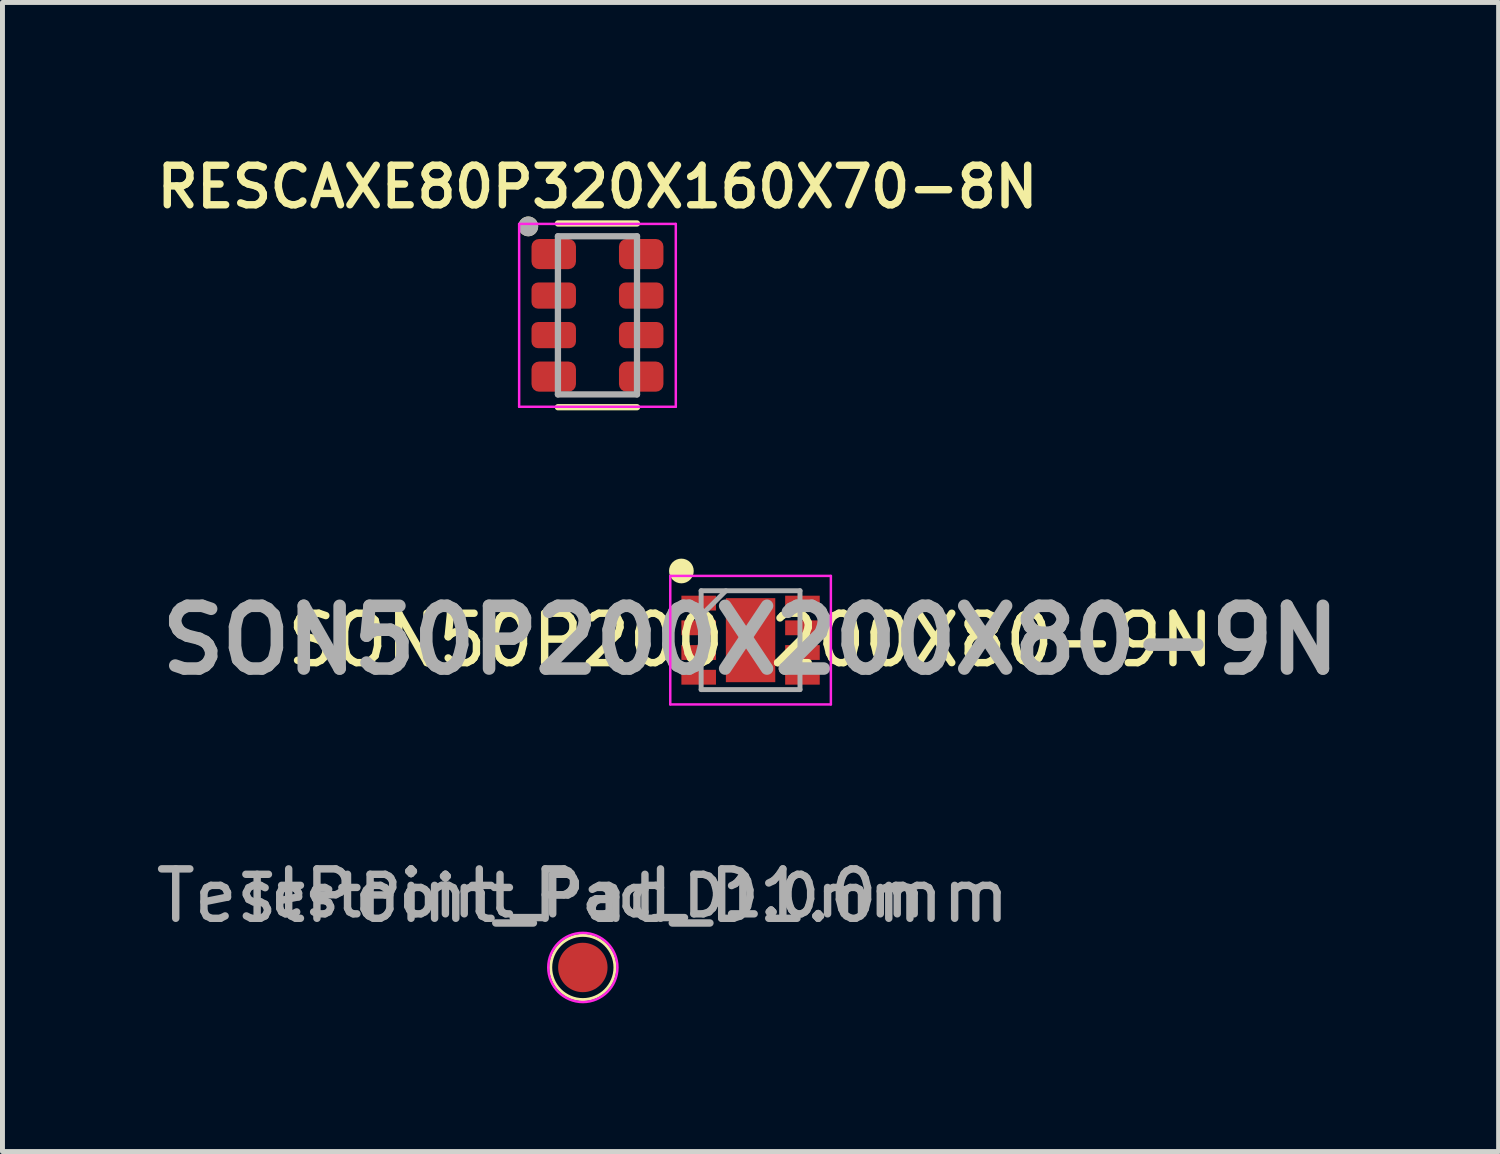
<source format=kicad_pcb>
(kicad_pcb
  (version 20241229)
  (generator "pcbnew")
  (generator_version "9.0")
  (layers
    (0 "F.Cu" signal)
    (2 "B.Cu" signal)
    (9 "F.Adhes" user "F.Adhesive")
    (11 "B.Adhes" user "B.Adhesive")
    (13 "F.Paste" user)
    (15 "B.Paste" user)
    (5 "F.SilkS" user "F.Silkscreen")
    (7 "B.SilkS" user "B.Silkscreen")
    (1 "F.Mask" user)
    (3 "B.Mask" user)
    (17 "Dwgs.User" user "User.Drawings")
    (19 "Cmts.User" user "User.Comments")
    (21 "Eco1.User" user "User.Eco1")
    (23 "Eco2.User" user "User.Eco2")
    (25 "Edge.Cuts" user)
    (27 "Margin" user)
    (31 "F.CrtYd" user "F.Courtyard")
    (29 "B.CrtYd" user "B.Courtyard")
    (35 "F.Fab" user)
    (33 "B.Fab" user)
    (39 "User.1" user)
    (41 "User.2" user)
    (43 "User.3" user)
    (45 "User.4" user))
  (footprint "SON50P200X200X80-9N"
    (layer "F.Cu")
    (at 12.138 9.904)
    (property "Reference" "SON50P200X200X80-9N" (at 0 0 0) (layer "F.SilkS") (effects (font (size 1 1) (thickness 0.15))))
    (attr smd)
    (fp_circle (center -1.4 -1.4) (end -1.4 -1.275) (stroke (width 0.25) (type solid)) (fill no) (layer "F.SilkS"))
    (fp_line (start -1.625 -1.3) (end 1.625 -1.3) (stroke (width 0.05) (type solid)) (layer "F.CrtYd"))
    (fp_line (start -1.625 1.3) (end -1.625 -1.3) (stroke (width 0.05) (type solid)) (layer "F.CrtYd"))
    (fp_line (start 1.625 -1.3) (end 1.625 1.3) (stroke (width 0.05) (type solid)) (layer "F.CrtYd"))
    (fp_line (start 1.625 1.3) (end -1.625 1.3) (stroke (width 0.05) (type solid)) (layer "F.CrtYd"))
    (fp_line (start -1 -1) (end 1 -1) (stroke (width 0.1) (type solid)) (layer "F.Fab"))
    (fp_line (start -1 -0.5) (end -0.5 -1) (stroke (width 0.1) (type solid)) (layer "F.Fab"))
    (fp_line (start -1 1) (end -1 -1) (stroke (width 0.1) (type solid)) (layer "F.Fab"))
    (fp_line (start 1 -1) (end 1 1) (stroke (width 0.1) (type solid)) (layer "F.Fab"))
    (fp_line (start 1 1) (end -1 1) (stroke (width 0.1) (type solid)) (layer "F.Fab"))
    (fp_text user "${REFERENCE}" (at 0 0 0) (layer "F.Fab") (effects (font (size 1.27 1.27) (thickness 0.254))))
    (pad "1" smd rect (at -1.05 -0.75 90) (size 0.3 0.7) (layers "F.Cu" "F.Mask" "F.Paste"))
    (pad "2" smd rect (at -1.05 -0.25 90) (size 0.3 0.7) (layers "F.Cu" "F.Mask" "F.Paste"))
    (pad "3" smd rect (at -1.05 0.25 90) (size 0.3 0.7) (layers "F.Cu" "F.Mask" "F.Paste"))
    (pad "4" smd rect (at -1.05 0.75 90) (size 0.3 0.7) (layers "F.Cu" "F.Mask" "F.Paste"))
    (pad "5" smd rect (at 1.05 0.75 90) (size 0.3 0.7) (layers "F.Cu" "F.Mask" "F.Paste"))
    (pad "6" smd rect (at 1.05 0.25 90) (size 0.3 0.7) (layers "F.Cu" "F.Mask" "F.Paste"))
    (pad "7" smd rect (at 1.05 -0.25 90) (size 0.3 0.7) (layers "F.Cu" "F.Mask" "F.Paste"))
    (pad "8" smd rect (at 1.05 -0.75 90) (size 0.3 0.7) (layers "F.Cu" "F.Mask" "F.Paste"))
    (pad "9" smd rect (at 0 0) (size 1 1.7) (layers "F.Cu" "F.Mask" "F.Paste")))
  (footprint "TestPoint_Pad_D1.0mm"
    (layer "F.Cu")
    (at 8.744 16.527)
    (property "Reference" "TestPoint_Pad_D1.0mm" (at 0 -1.448 0) (layer "F.Fab") (effects (font (size 0.8 0.8) (thickness 0.15))))
    (attr smd exclude_from_pos_files exclude_from_bom allow_missing_courtyard)
    (fp_circle (center 0 0) (end 0.65 0) (stroke (width 0.06) (type solid)) (fill no) (layer "F.SilkS"))
    (fp_circle (center 0 0) (end 0.7 0) (stroke (width 0.05) (type solid)) (fill no) (layer "F.CrtYd"))
    (fp_text user "${REFERENCE}" (at 0 -1.45 0) (layer "F.Fab") (effects (font (size 1 1) (thickness 0.15))))
    (pad "1" smd circle (at 0 0) (size 1 1) (layers "F.Cu" "F.Mask")))
  (footprint "RESCAXE80P320X160X70-8N"
    (layer "F.Cu")
    (at 9.04 3.331)
    (property "Reference" "RESCAXE80P320X160X70-8N" (at 0 -2.6 0) (layer "F.SilkS") (effects (font (size 0.8 0.8) (thickness 0.15) (bold yes))))
    (attr smd)
    (fp_line (start -0.8 1.859) (end 0.8 1.859) (stroke (width 0.127) (type solid)) (layer "F.SilkS"))
    (fp_line (start 0.8 -1.859) (end -0.8 -1.859) (stroke (width 0.127) (type solid)) (layer "F.SilkS"))
    (fp_circle (center -1.4 -1.8) (end -1.3 -1.8) (stroke (width 0.2) (type solid)) (fill no) (layer "F.SilkS"))
    (fp_line (start -1.585 -1.85) (end -1.585 1.85) (stroke (width 0.05) (type solid)) (layer "F.CrtYd"))
    (fp_line (start -1.585 1.85) (end 1.585 1.85) (stroke (width 0.05) (type solid)) (layer "F.CrtYd"))
    (fp_line (start 1.585 -1.85) (end -1.585 -1.85) (stroke (width 0.05) (type solid)) (layer "F.CrtYd"))
    (fp_line (start 1.585 1.85) (end 1.585 -1.85) (stroke (width 0.05) (type solid)) (layer "F.CrtYd"))
    (fp_line (start -0.8 -1.6) (end -0.8 1.6) (stroke (width 0.127) (type solid)) (layer "F.Fab"))
    (fp_line (start -0.8 1.6) (end 0.8 1.6) (stroke (width 0.127) (type solid)) (layer "F.Fab"))
    (fp_line (start 0.8 -1.6) (end -0.8 -1.6) (stroke (width 0.127) (type solid)) (layer "F.Fab"))
    (fp_line (start 0.8 1.6) (end 0.8 -1.6) (stroke (width 0.127) (type solid)) (layer "F.Fab"))
    (fp_circle (center -1.4 -1.8) (end -1.3 -1.8) (stroke (width 0.2) (type solid)) (fill no) (layer "F.Fab"))
    (pad "1" smd roundrect (at -0.885 -1.24) (size 0.9 0.61) (layers "F.Cu" "F.Mask" "F.Paste") (roundrect_rratio 0.25))
    (pad "2" smd roundrect (at -0.885 -0.4) (size 0.9 0.53) (layers "F.Cu" "F.Mask" "F.Paste") (roundrect_rratio 0.25))
    (pad "3" smd roundrect (at -0.885 0.4) (size 0.9 0.53) (layers "F.Cu" "F.Mask" "F.Paste") (roundrect_rratio 0.25))
    (pad "4" smd roundrect (at -0.885 1.24) (size 0.9 0.61) (layers "F.Cu" "F.Mask" "F.Paste") (roundrect_rratio 0.25))
    (pad "5" smd roundrect (at 0.885 1.24) (size 0.9 0.61) (layers "F.Cu" "F.Mask" "F.Paste") (roundrect_rratio 0.25))
    (pad "6" smd roundrect (at 0.885 0.4) (size 0.9 0.53) (layers "F.Cu" "F.Mask" "F.Paste") (roundrect_rratio 0.25))
    (pad "7" smd roundrect (at 0.885 -0.4) (size 0.9 0.53) (layers "F.Cu" "F.Mask" "F.Paste") (roundrect_rratio 0.25))
    (pad "8" smd roundrect (at 0.885 -1.24) (size 0.9 0.61) (layers "F.Cu" "F.Mask" "F.Paste") (roundrect_rratio 0.25)))
  (gr_rect
    (start -3 -3)
    (end 27.275 20.252)
    (stroke (width 0.1) (type default))
    (fill no)
    (layer "Edge.Cuts")))
</source>
